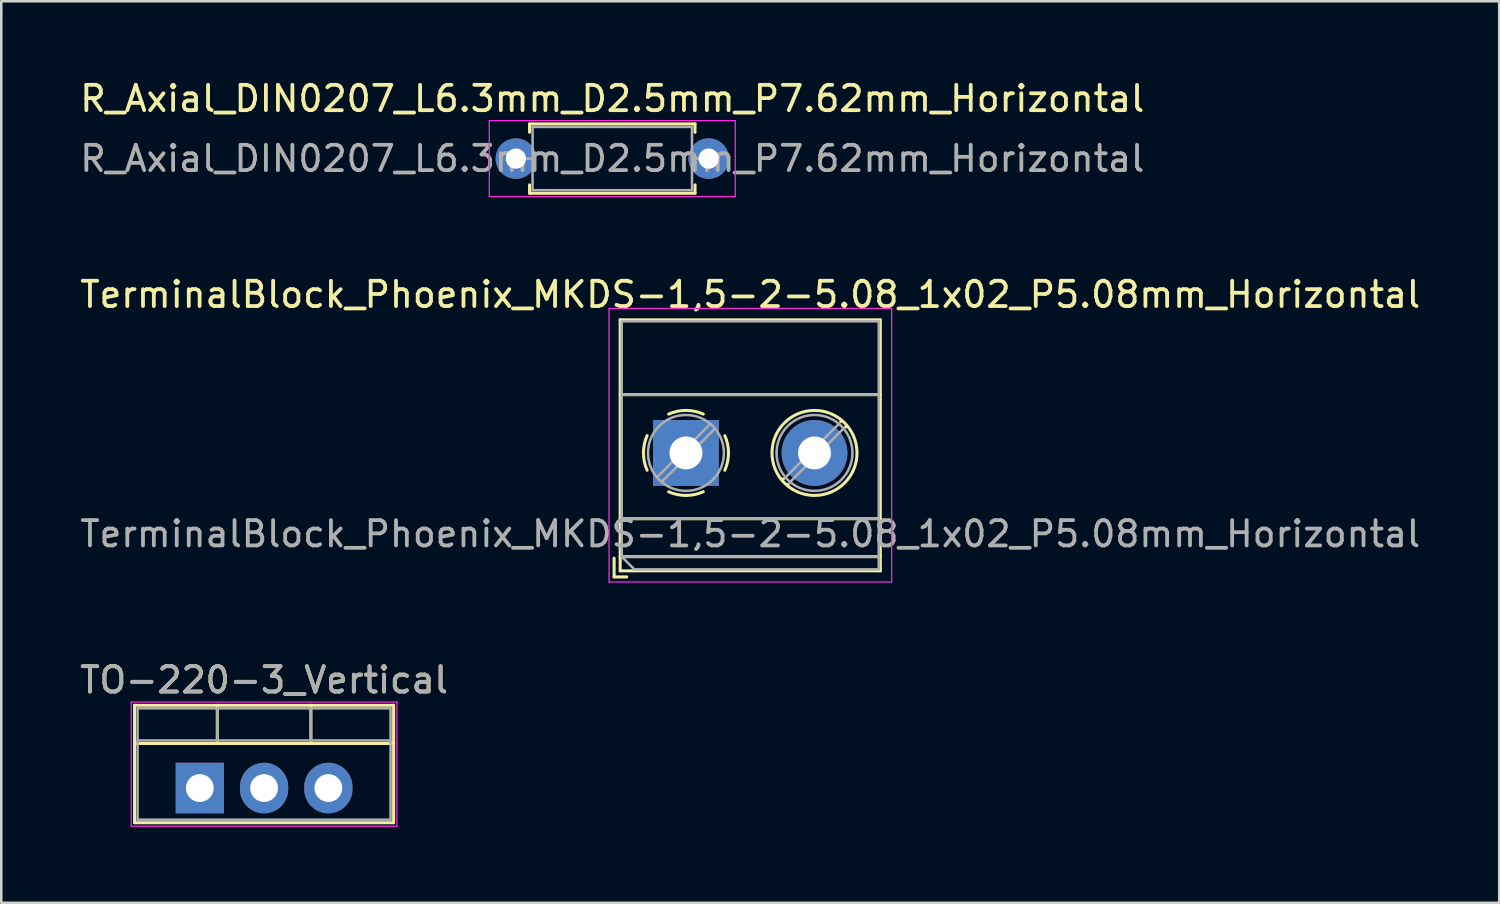
<source format=kicad_pcb>
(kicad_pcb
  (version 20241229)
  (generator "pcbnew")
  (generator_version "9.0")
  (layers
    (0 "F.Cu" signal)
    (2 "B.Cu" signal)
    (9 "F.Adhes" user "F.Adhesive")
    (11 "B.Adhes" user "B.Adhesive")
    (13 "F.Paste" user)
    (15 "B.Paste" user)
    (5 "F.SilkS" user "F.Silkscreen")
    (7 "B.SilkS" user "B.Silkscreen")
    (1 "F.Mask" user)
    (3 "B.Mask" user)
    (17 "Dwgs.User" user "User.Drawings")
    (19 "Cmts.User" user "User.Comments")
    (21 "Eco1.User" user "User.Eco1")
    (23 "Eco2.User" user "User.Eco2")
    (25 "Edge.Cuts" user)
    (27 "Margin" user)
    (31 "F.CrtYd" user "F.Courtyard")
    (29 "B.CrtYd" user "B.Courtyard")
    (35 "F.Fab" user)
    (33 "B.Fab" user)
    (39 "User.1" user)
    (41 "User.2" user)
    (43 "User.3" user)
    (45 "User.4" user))
  (footprint "R_Axial_DIN0207_L6.3mm_D2.5mm_P7.62mm_Horizontal"
    (layer "F.Cu")
    (at 17.339 3.218)
    (property "Reference" "R_Axial_DIN0207_L6.3mm_D2.5mm_P7.62mm_Horizontal" (at 3.81 -2.37 0) (layer "F.SilkS") (effects (font (size 1 1) (thickness 0.15))))
    (attr through_hole)
    (fp_line (start 0.54 -1.37) (end 7.08 -1.37) (stroke (width 0.12) (type solid)) (layer "F.SilkS"))
    (fp_line (start 0.54 -1.04) (end 0.54 -1.37) (stroke (width 0.12) (type solid)) (layer "F.SilkS"))
    (fp_line (start 0.54 1.04) (end 0.54 1.37) (stroke (width 0.12) (type solid)) (layer "F.SilkS"))
    (fp_line (start 0.54 1.37) (end 7.08 1.37) (stroke (width 0.12) (type solid)) (layer "F.SilkS"))
    (fp_line (start 7.08 -1.37) (end 7.08 -1.04) (stroke (width 0.12) (type solid)) (layer "F.SilkS"))
    (fp_line (start 7.08 1.37) (end 7.08 1.04) (stroke (width 0.12) (type solid)) (layer "F.SilkS"))
    (fp_line (start -1.05 -1.5) (end -1.05 1.5) (stroke (width 0.05) (type solid)) (layer "F.CrtYd"))
    (fp_line (start -1.05 1.5) (end 8.67 1.5) (stroke (width 0.05) (type solid)) (layer "F.CrtYd"))
    (fp_line (start 8.67 -1.5) (end -1.05 -1.5) (stroke (width 0.05) (type solid)) (layer "F.CrtYd"))
    (fp_line (start 8.67 1.5) (end 8.67 -1.5) (stroke (width 0.05) (type solid)) (layer "F.CrtYd"))
    (fp_line (start 0 0) (end 0.66 0) (stroke (width 0.1) (type solid)) (layer "F.Fab"))
    (fp_line (start 0.66 -1.25) (end 0.66 1.25) (stroke (width 0.1) (type solid)) (layer "F.Fab"))
    (fp_line (start 0.66 1.25) (end 6.96 1.25) (stroke (width 0.1) (type solid)) (layer "F.Fab"))
    (fp_line (start 6.96 -1.25) (end 0.66 -1.25) (stroke (width 0.1) (type solid)) (layer "F.Fab"))
    (fp_line (start 6.96 1.25) (end 6.96 -1.25) (stroke (width 0.1) (type solid)) (layer "F.Fab"))
    (fp_line (start 7.62 0) (end 6.96 0) (stroke (width 0.1) (type solid)) (layer "F.Fab"))
    (fp_text user "${REFERENCE}" (at 3.81 0 0) (layer "F.Fab") (effects (font (size 1 1) (thickness 0.15))))
    (pad "1" thru_hole circle (at 0 0) (size 1.6 1.6) (drill 0.8) (layers "*.Cu" "*.Mask"))
    (pad "2" thru_hole oval (at 7.62 0) (size 1.6 1.6) (drill 0.8) (layers "*.Cu" "*.Mask")))
  (footprint "TerminalBlock_Phoenix_MKDS-1,5-2-5.08_1x02_P5.08mm_Horizontal"
    (layer "F.Cu")
    (at 24.061 14.851)
    (property "Reference" "TerminalBlock_Phoenix_MKDS-1,5-2-5.08_1x02_P5.08mm_Horizontal" (at 2.54 -6.26 0) (layer "F.SilkS") (effects (font (size 1 1) (thickness 0.15))))
    (attr through_hole)
    (fp_line (start -2.84 4.16) (end -2.84 4.9) (stroke (width 0.12) (type solid)) (layer "F.SilkS"))
    (fp_line (start -2.84 4.9) (end -2.34 4.9) (stroke (width 0.12) (type solid)) (layer "F.SilkS"))
    (fp_line (start -2.6 -5.261) (end -2.6 4.66) (stroke (width 0.12) (type solid)) (layer "F.SilkS"))
    (fp_line (start -2.6 -5.261) (end 7.68 -5.261) (stroke (width 0.12) (type solid)) (layer "F.SilkS"))
    (fp_line (start -2.6 -2.301) (end 7.68 -2.301) (stroke (width 0.12) (type solid)) (layer "F.SilkS"))
    (fp_line (start -2.6 2.6) (end 7.68 2.6) (stroke (width 0.12) (type solid)) (layer "F.SilkS"))
    (fp_line (start -2.6 4.1) (end 7.68 4.1) (stroke (width 0.12) (type solid)) (layer "F.SilkS"))
    (fp_line (start -2.6 4.66) (end 7.68 4.66) (stroke (width 0.12) (type solid)) (layer "F.SilkS"))
    (fp_line (start 3.853 1.023) (end 3.806 1.069) (stroke (width 0.12) (type solid)) (layer "F.SilkS"))
    (fp_line (start 4.046 1.239) (end 4.011 1.274) (stroke (width 0.12) (type solid)) (layer "F.SilkS"))
    (fp_line (start 6.15 -1.275) (end 6.115 -1.239) (stroke (width 0.12) (type solid)) (layer "F.SilkS"))
    (fp_line (start 6.355 -1.069) (end 6.308 -1.023) (stroke (width 0.12) (type solid)) (layer "F.SilkS"))
    (fp_line (start 7.68 -5.261) (end 7.68 4.66) (stroke (width 0.12) (type solid)) (layer "F.SilkS"))
    (fp_arc (start -1.535427 0.683042) (mid -1.680501 -0.000524) (end -1.535 -0.684) (stroke (width 0.12) (type solid)) (layer "F.SilkS"))
    (fp_arc (start -0.683042 -1.535427) (mid 0.000524 -1.680501) (end 0.684 -1.535) (stroke (width 0.12) (type solid)) (layer "F.SilkS"))
    (fp_arc (start 0.028805 1.680253) (mid -0.335551 1.646659) (end -0.684 1.535) (stroke (width 0.12) (type solid)) (layer "F.SilkS"))
    (fp_arc (start 0.683318 1.534756) (mid 0.349292 1.643288) (end 0 1.68) (stroke (width 0.12) (type solid)) (layer "F.SilkS"))
    (fp_arc (start 1.535427 -0.683042) (mid 1.680501 0.000524) (end 1.535 0.684) (stroke (width 0.12) (type solid)) (layer "F.SilkS"))
    (fp_circle (center 5.08 0) (end 6.76 0) (stroke (width 0.12) (type solid)) (fill no) (layer "F.SilkS"))
    (fp_line (start -3.04 -5.71) (end -3.04 5.1) (stroke (width 0.05) (type solid)) (layer "F.CrtYd"))
    (fp_line (start -3.04 5.1) (end 8.13 5.1) (stroke (width 0.05) (type solid)) (layer "F.CrtYd"))
    (fp_line (start 8.13 -5.71) (end -3.04 -5.71) (stroke (width 0.05) (type solid)) (layer "F.CrtYd"))
    (fp_line (start 8.13 5.1) (end 8.13 -5.71) (stroke (width 0.05) (type solid)) (layer "F.CrtYd"))
    (fp_line (start -2.54 -5.2) (end 7.62 -5.2) (stroke (width 0.1) (type solid)) (layer "F.Fab"))
    (fp_line (start -2.54 -2.3) (end 7.62 -2.3) (stroke (width 0.1) (type solid)) (layer "F.Fab"))
    (fp_line (start -2.54 2.6) (end 7.62 2.6) (stroke (width 0.1) (type solid)) (layer "F.Fab"))
    (fp_line (start -2.54 4.1) (end -2.54 -5.2) (stroke (width 0.1) (type solid)) (layer "F.Fab"))
    (fp_line (start -2.54 4.1) (end 7.62 4.1) (stroke (width 0.1) (type solid)) (layer "F.Fab"))
    (fp_line (start -2.04 4.6) (end -2.54 4.1) (stroke (width 0.1) (type solid)) (layer "F.Fab"))
    (fp_line (start 0.955 -1.138) (end -1.138 0.955) (stroke (width 0.1) (type solid)) (layer "F.Fab"))
    (fp_line (start 1.138 -0.955) (end -0.955 1.138) (stroke (width 0.1) (type solid)) (layer "F.Fab"))
    (fp_line (start 6.035 -1.138) (end 3.943 0.955) (stroke (width 0.1) (type solid)) (layer "F.Fab"))
    (fp_line (start 6.218 -0.955) (end 4.126 1.138) (stroke (width 0.1) (type solid)) (layer "F.Fab"))
    (fp_line (start 7.62 -5.2) (end 7.62 4.6) (stroke (width 0.1) (type solid)) (layer "F.Fab"))
    (fp_line (start 7.62 4.6) (end -2.04 4.6) (stroke (width 0.1) (type solid)) (layer "F.Fab"))
    (fp_circle (center 0 0) (end 1.5 0) (stroke (width 0.1) (type solid)) (fill no) (layer "F.Fab"))
    (fp_circle (center 5.08 0) (end 6.58 0) (stroke (width 0.1) (type solid)) (fill no) (layer "F.Fab"))
    (fp_text user "${REFERENCE}" (at 2.54 3.2 0) (layer "F.Fab") (effects (font (size 1 1) (thickness 0.15))))
    (pad "1" thru_hole rect (at 0 0) (size 2.6 2.6) (drill 1.3) (layers "*.Cu" "*.Mask"))
    (pad "2" thru_hole circle (at 5.08 0) (size 2.6 2.6) (drill 1.3) (layers "*.Cu" "*.Mask")))
  (footprint "TO-220-3_Vertical"
    (layer "F.Cu")
    (at 4.847 28.095)
    (property "Reference" "TO-220-3_Vertical" (at 2.54 -4.27 0) (layer "F.SilkS") (effects (font (size 1 1) (thickness 0.15))))
    (attr through_hole)
    (fp_line (start -2.58 -3.27) (end -2.58 1.371) (stroke (width 0.12) (type solid)) (layer "F.SilkS"))
    (fp_line (start -2.58 -3.27) (end 7.66 -3.27) (stroke (width 0.12) (type solid)) (layer "F.SilkS"))
    (fp_line (start -2.58 -1.76) (end 7.66 -1.76) (stroke (width 0.12) (type solid)) (layer "F.SilkS"))
    (fp_line (start -2.58 1.371) (end 7.66 1.371) (stroke (width 0.12) (type solid)) (layer "F.SilkS"))
    (fp_line (start 0.69 -3.27) (end 0.69 -1.76) (stroke (width 0.12) (type solid)) (layer "F.SilkS"))
    (fp_line (start 4.391 -3.27) (end 4.391 -1.76) (stroke (width 0.12) (type solid)) (layer "F.SilkS"))
    (fp_line (start 7.66 -3.27) (end 7.66 1.371) (stroke (width 0.12) (type solid)) (layer "F.SilkS"))
    (fp_line (start -2.71 -3.4) (end -2.71 1.51) (stroke (width 0.05) (type solid)) (layer "F.CrtYd"))
    (fp_line (start -2.71 1.51) (end 7.79 1.51) (stroke (width 0.05) (type solid)) (layer "F.CrtYd"))
    (fp_line (start 7.79 -3.4) (end -2.71 -3.4) (stroke (width 0.05) (type solid)) (layer "F.CrtYd"))
    (fp_line (start 7.79 1.51) (end 7.79 -3.4) (stroke (width 0.05) (type solid)) (layer "F.CrtYd"))
    (fp_line (start -2.46 -3.15) (end -2.46 1.25) (stroke (width 0.1) (type solid)) (layer "F.Fab"))
    (fp_line (start -2.46 -1.88) (end 7.54 -1.88) (stroke (width 0.1) (type solid)) (layer "F.Fab"))
    (fp_line (start -2.46 1.25) (end 7.54 1.25) (stroke (width 0.1) (type solid)) (layer "F.Fab"))
    (fp_line (start 0.69 -3.15) (end 0.69 -1.88) (stroke (width 0.1) (type solid)) (layer "F.Fab"))
    (fp_line (start 4.39 -3.15) (end 4.39 -1.88) (stroke (width 0.1) (type solid)) (layer "F.Fab"))
    (fp_line (start 7.54 -3.15) (end -2.46 -3.15) (stroke (width 0.1) (type solid)) (layer "F.Fab"))
    (fp_line (start 7.54 1.25) (end 7.54 -3.15) (stroke (width 0.1) (type solid)) (layer "F.Fab"))
    (fp_text user "${REFERENCE}" (at 2.54 -4.27 0) (layer "F.Fab") (effects (font (size 1 1) (thickness 0.15))))
    (pad "1" thru_hole rect (at 0 0) (size 1.905 2) (drill 1.1) (layers "*.Cu" "*.Mask"))
    (pad "2" thru_hole oval (at 2.54 0) (size 1.905 2) (drill 1.1) (layers "*.Cu" "*.Mask"))
    (pad "3" thru_hole oval (at 5.08 0) (size 1.905 2) (drill 1.1) (layers "*.Cu" "*.Mask")))
  (gr_rect
    (start -3 -3)
    (end 56.202 32.63)
    (stroke (width 0.1) (type default))
    (fill no)
    (layer "Edge.Cuts")))
</source>
